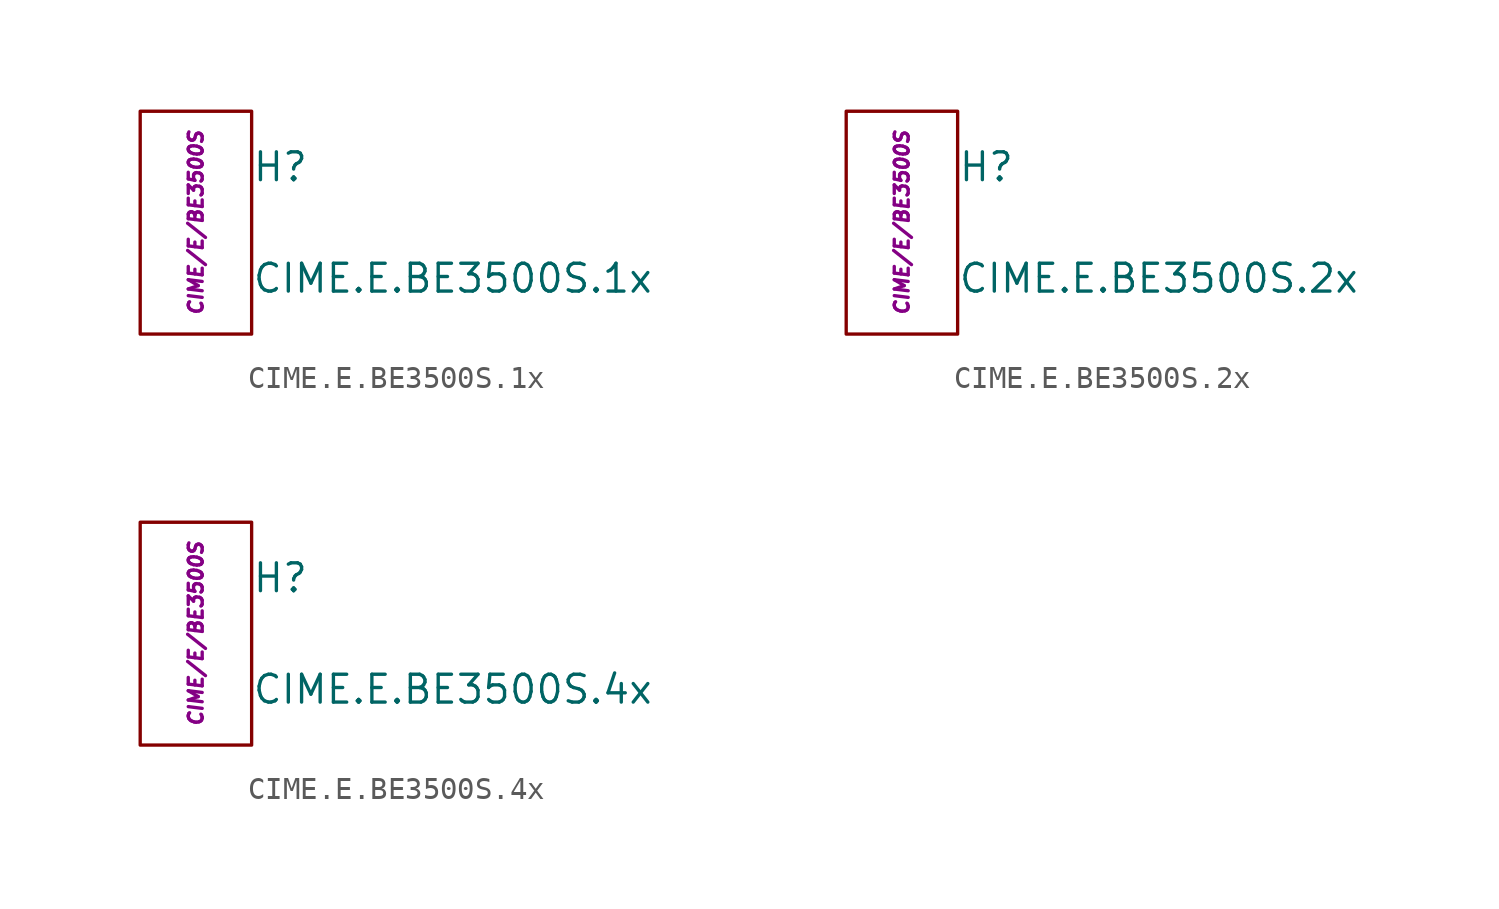
<source format=kicad_sym>
(kicad_symbol_lib
  (version 20211014)
  (generator kicad_symbol_editor)
  (symbol "CIME.E.BE3500S.1x"
    (property "Reference" "H"
      (at 2.54 2.54 0)
      (effects (font (size 1.27 1.27)) (justify left)))
    (property "Value" "CIME.E.BE3500S.1x"
      (at 2.54 -2.54 0)
      (effects (font (size 1.27 1.27)) (justify left)))
    (property "ID" "CIME/E/BE3500S"
      (at 0 0 90)
      (effects (font (size 0.635 0.635) italic)))
    (symbol "CIME.E.BE3500S.1x_0_1"
      (rectangle (start -2.54 5.08) (end 2.54 -5.08) (stroke (width 0.152) (type default) (color 0 0 0 0)) (fill (type none)))))
  (symbol "CIME.E.BE3500S.2x"
    (property "Reference" "H"
      (at 2.54 2.54 0)
      (effects (font (size 1.27 1.27)) (justify left)))
    (property "Value" "CIME.E.BE3500S.2x"
      (at 2.54 -2.54 0)
      (effects (font (size 1.27 1.27)) (justify left)))
    (property "ID" "CIME/E/BE3500S"
      (at 0 0 90)
      (effects (font (size 0.635 0.635) italic)))
    (symbol "CIME.E.BE3500S.2x_0_1"
      (rectangle (start -2.54 5.08) (end 2.54 -5.08) (stroke (width 0.152) (type default) (color 0 0 0 0)) (fill (type none)))))
  (symbol "CIME.E.BE3500S.4x"
    (property "Reference" "H"
      (at 2.54 2.54 0)
      (effects (font (size 1.27 1.27)) (justify left)))
    (property "Value" "CIME.E.BE3500S.4x"
      (at 2.54 -2.54 0)
      (effects (font (size 1.27 1.27)) (justify left)))
    (property "ID" "CIME/E/BE3500S"
      (at 0 0 90)
      (effects (font (size 0.635 0.635) italic)))
    (symbol "CIME.E.BE3500S.4x_0_1"
      (rectangle (start -2.54 5.08) (end 2.54 -5.08) (stroke (width 0.152) (type default) (color 0 0 0 0)) (fill (type none))))))
</source>
